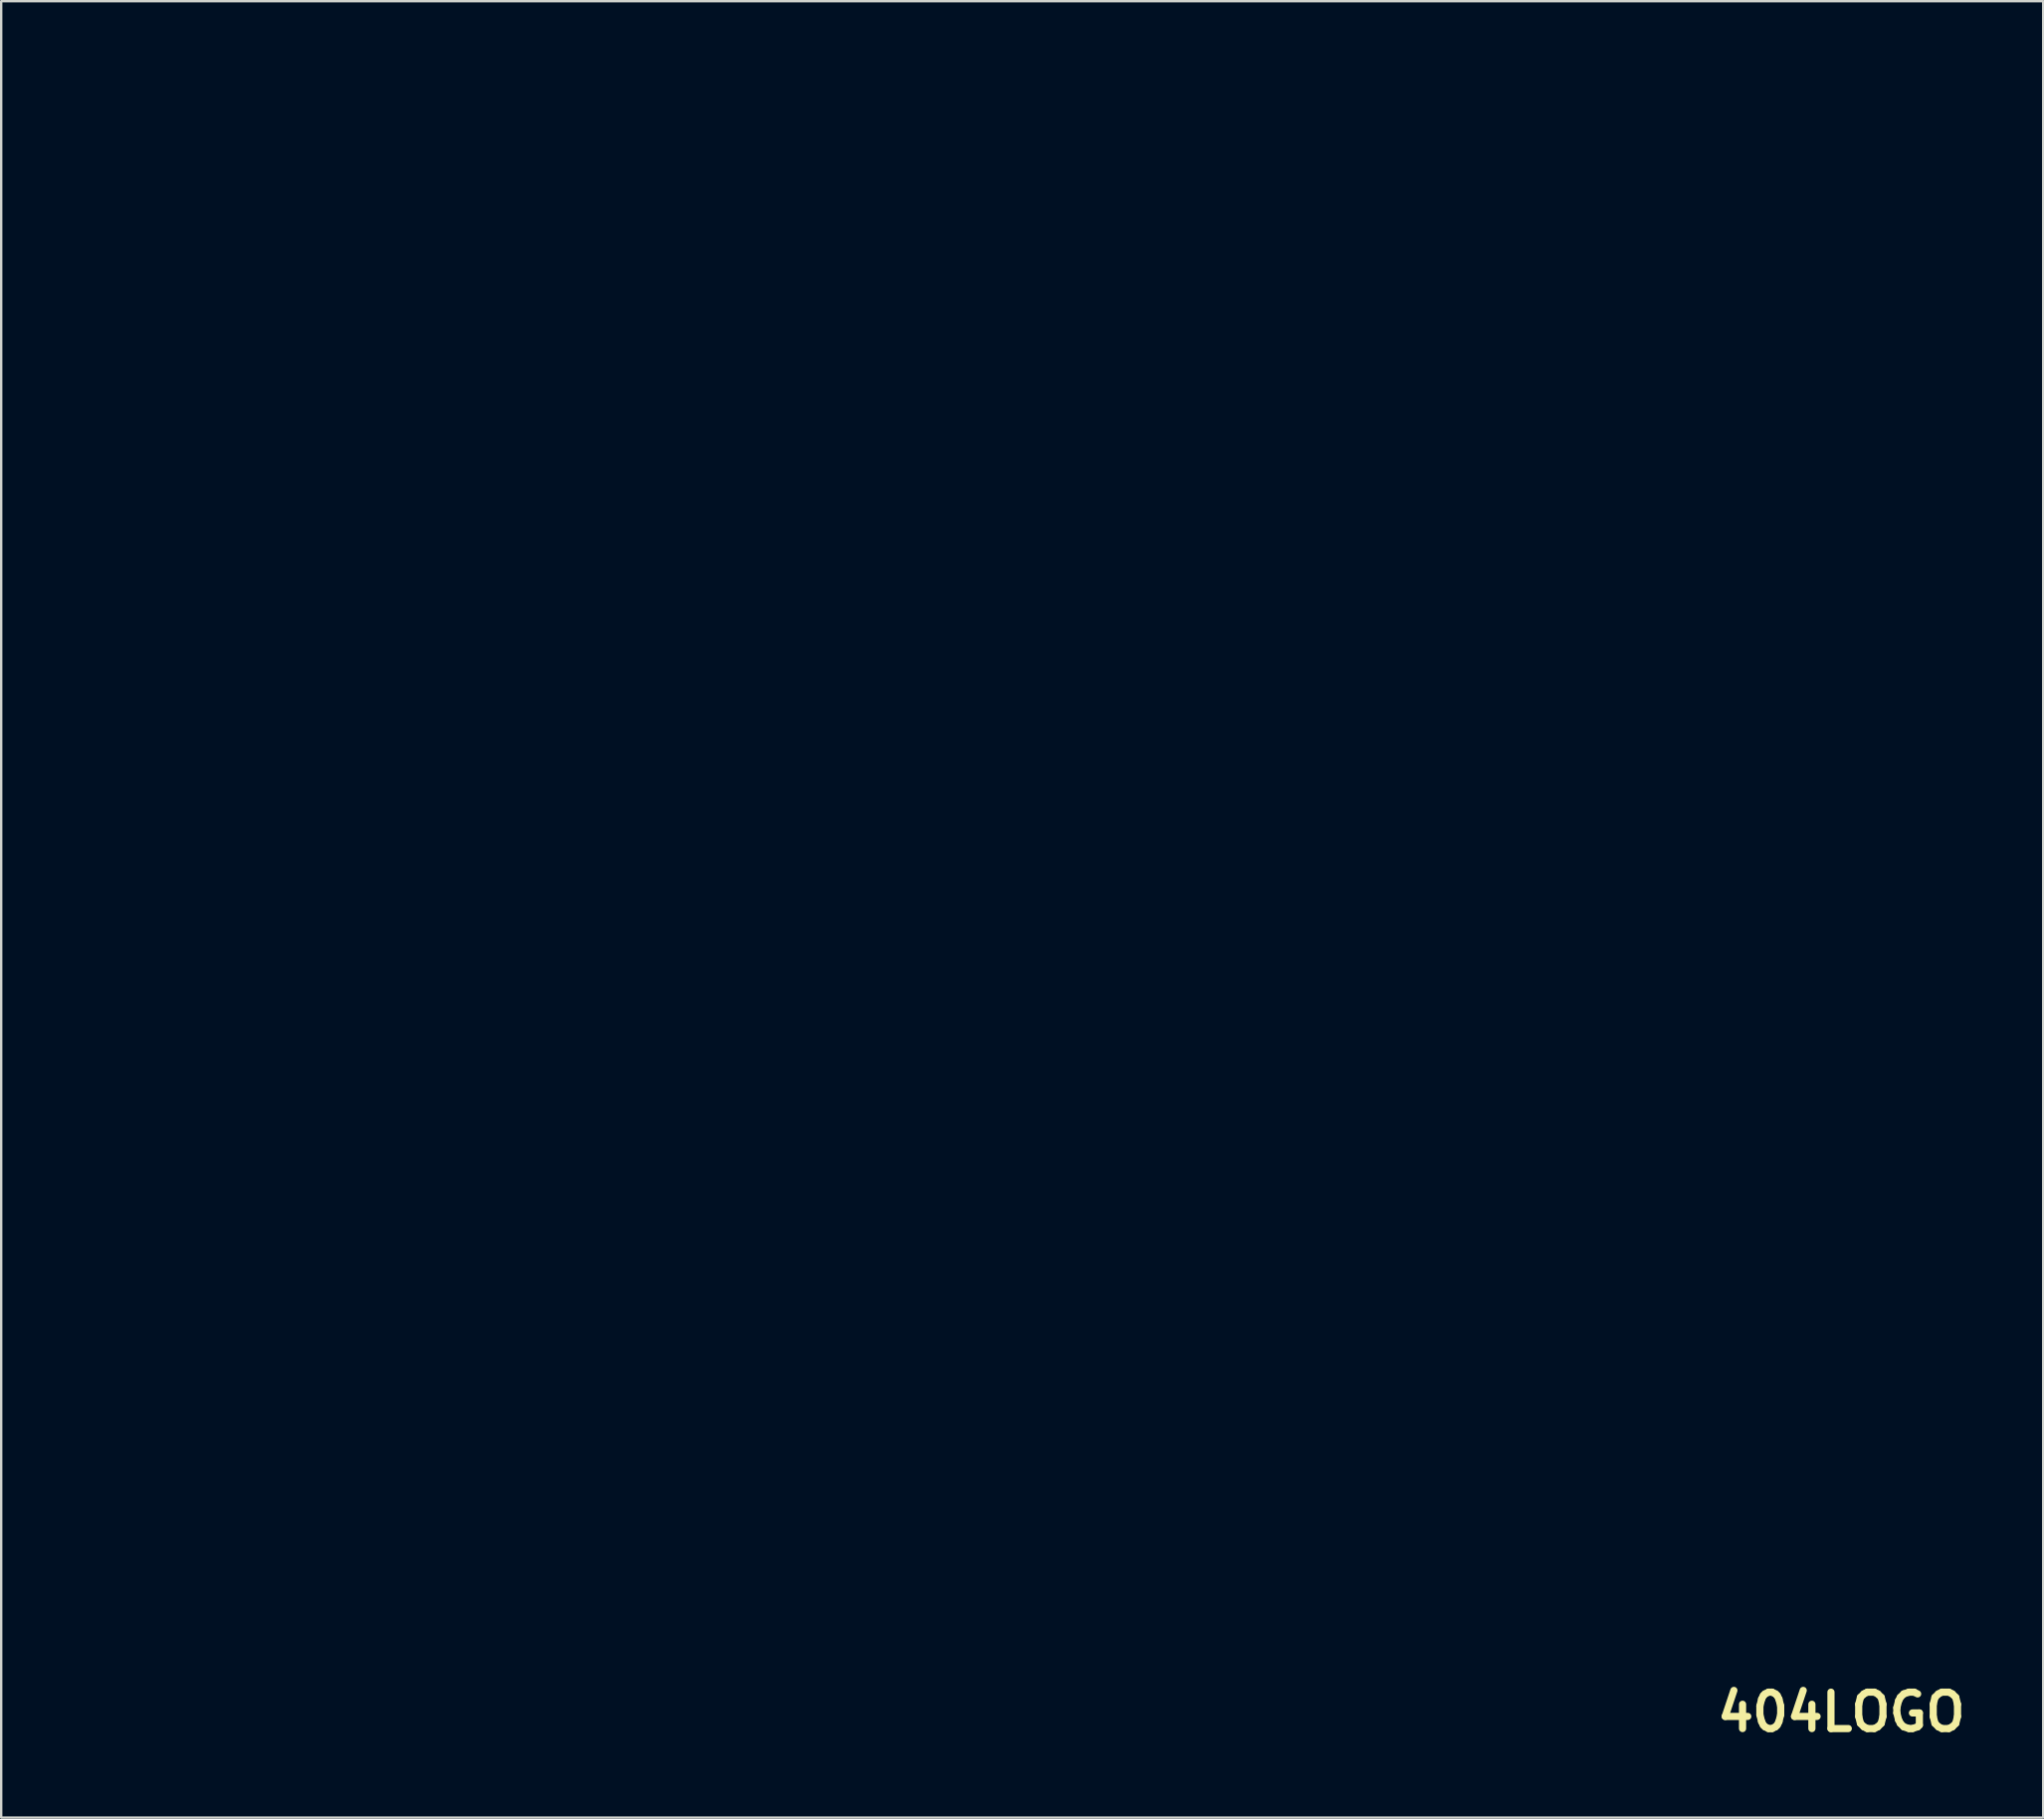
<source format=kicad_pcb>
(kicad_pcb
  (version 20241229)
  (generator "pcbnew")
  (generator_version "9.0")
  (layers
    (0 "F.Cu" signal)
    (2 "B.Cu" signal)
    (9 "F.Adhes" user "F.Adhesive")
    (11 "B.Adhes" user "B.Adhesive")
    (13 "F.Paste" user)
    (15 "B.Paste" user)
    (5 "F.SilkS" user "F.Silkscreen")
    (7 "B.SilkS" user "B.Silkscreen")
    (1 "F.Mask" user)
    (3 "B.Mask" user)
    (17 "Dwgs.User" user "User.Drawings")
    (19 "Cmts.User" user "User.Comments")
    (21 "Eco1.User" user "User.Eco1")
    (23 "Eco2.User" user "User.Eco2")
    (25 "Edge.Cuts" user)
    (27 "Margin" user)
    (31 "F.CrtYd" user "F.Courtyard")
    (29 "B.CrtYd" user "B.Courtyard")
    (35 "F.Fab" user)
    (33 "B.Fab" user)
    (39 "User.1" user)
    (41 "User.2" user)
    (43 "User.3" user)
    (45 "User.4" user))
  (footprint "404LOGO"
    (layer "F.Cu")
    (at 74.039 68.631)
    (property "Reference" "404LOGO" (at 0 0 0) (layer "F.SilkS") (effects (font (size 1.524 1.524) (thickness 0.3))))
    (attr through_hole)
    (fp_poly (pts (xy -66.945 -68.611) (xy -66.848 -68.54) (xy -66.781 -68.476) (xy -66.727 -68.387) (xy -66.689 -68.252) (xy -66.67 -68.047) (xy -66.671 -67.749) (xy -66.696 -67.334) (xy -66.747 -66.781) (xy -66.828 -66.066) (xy -66.939 -65.165) (xy -67.085 -64.056) (xy -67.268 -62.715) (xy -67.49 -61.12) (xy -67.754 -59.248) (xy -68.063 -57.075) (xy -68.419 -54.579) (xy -68.501 -53.997) (xy -68.796 -51.929) (xy -69.083 -49.919) (xy -69.355 -48) (xy -69.609 -46.209) (xy -69.84 -44.582) (xy -70.041 -43.152) (xy -70.21 -41.956) (xy -70.339 -41.028) (xy -70.425 -40.405) (xy -70.444 -40.265) (xy -70.533 -39.62) (xy -70.664 -38.681) (xy -70.829 -37.508) (xy -71.021 -36.159) (xy -71.231 -34.691) (xy -71.451 -33.165) (xy -71.586 -32.229) (xy -71.793 -30.793) (xy -71.982 -29.465) (xy -72.149 -28.289) (xy -72.287 -27.305) (xy -72.39 -26.554) (xy -72.453 -26.08) (xy -72.47 -25.925) (xy -72.424 -25.842) (xy -72.265 -25.896) (xy -71.961 -26.112) (xy -71.478 -26.515) (xy -70.785 -27.128) (xy -70.408 -27.467) (xy -69.861 -27.957) (xy -69.106 -28.627) (xy -68.203 -29.424) (xy -67.213 -30.295) (xy -66.194 -31.187) (xy -65.72 -31.601) (xy -64.802 -32.409) (xy -63.972 -33.154) (xy -63.269 -33.8) (xy -62.731 -34.312) (xy -62.396 -34.653) (xy -62.304 -34.773) (xy -62.255 -35.001) (xy -62.162 -35.549) (xy -62.081 -36.06) (xy -60.931 -36.06) (xy -60.893 -35.911) (xy -60.736 -35.996) (xy -60.64 -36.076) (xy -60.426 -36.26) (xy -59.979 -36.646) (xy -59.334 -37.203) (xy -58.526 -37.901) (xy -57.592 -38.71) (xy -56.566 -39.599) (xy -56.04 -40.054) (xy -54.998 -40.957) (xy -54.045 -41.782) (xy -53.213 -42.502) (xy -52.535 -43.089) (xy -52.044 -43.514) (xy -51.771 -43.749) (xy -51.726 -43.788) (xy -51.798 -43.945) (xy -52.053 -44.346) (xy -52.46 -44.949) (xy -52.99 -45.713) (xy -53.611 -46.596) (xy -54.295 -47.557) (xy -55.011 -48.554) (xy -55.73 -49.545) (xy -56.422 -50.49) (xy -57.056 -51.347) (xy -57.603 -52.073) (xy -58.033 -52.629) (xy -58.316 -52.972) (xy -58.414 -53.064) (xy -58.456 -52.902) (xy -58.542 -52.427) (xy -58.666 -51.68) (xy -58.822 -50.698) (xy -59.004 -49.522) (xy -59.207 -48.192) (xy -59.424 -46.745) (xy -59.65 -45.222) (xy -59.879 -43.662) (xy -60.105 -42.104) (xy -60.322 -40.588) (xy -60.524 -39.153) (xy -60.705 -37.838) (xy -60.86 -36.683) (xy -60.884 -36.501) (xy -60.931 -36.06) (xy -62.081 -36.06) (xy -62.03 -36.384) (xy -61.863 -37.474) (xy -61.666 -38.786) (xy -61.444 -40.288) (xy -61.202 -41.949) (xy -60.945 -43.735) (xy -60.737 -45.196) (xy -60.47 -47.058) (xy -60.214 -48.82) (xy -59.973 -50.45) (xy -59.752 -51.915) (xy -59.556 -53.183) (xy -59.39 -54.221) (xy -59.259 -54.998) (xy -59.169 -55.48) (xy -59.129 -55.631) (xy -58.831 -55.883) (xy -58.535 -55.951) (xy -58.362 -55.932) (xy -58.181 -55.852) (xy -57.966 -55.682) (xy -57.691 -55.388) (xy -57.329 -54.941) (xy -56.854 -54.309) (xy -56.241 -53.46) (xy -55.462 -52.363) (xy -55.091 -51.837) (xy -54.091 -50.425) (xy -52.93 -48.796) (xy -51.658 -47.02) (xy -50.324 -45.165) (xy -48.979 -43.302) (xy -47.672 -41.499) (xy -47.138 -40.764) (xy -46.614 -40.039) (xy -45.938 -39.095) (xy -45.161 -38.006) (xy -44.335 -36.843) (xy -43.513 -35.68) (xy -43.161 -35.18) (xy -42.349 -34.018) (xy -41.724 -33.105) (xy -41.264 -32.403) (xy -40.947 -31.873) (xy -40.75 -31.479) (xy -40.65 -31.183) (xy -40.624 -30.947) (xy -40.624 -30.939) (xy -40.747 -30.374) (xy -40.99 -29.98) (xy -41.142 -29.843) (xy -41.282 -29.803) (xy -41.456 -29.895) (xy -41.706 -30.159) (xy -42.078 -30.63) (xy -42.614 -31.348) (xy -42.65 -31.396) (xy -43.993 -33.212) (xy -45.336 -35.044) (xy -46.631 -36.825) (xy -47.827 -38.488) (xy -48.877 -39.963) (xy -49.25 -40.493) (xy -49.792 -41.262) (xy -50.262 -41.916) (xy -50.623 -42.404) (xy -50.838 -42.678) (xy -50.88 -42.718) (xy -51.032 -42.606) (xy -51.389 -42.301) (xy -51.897 -41.851) (xy -52.43 -41.369) (xy -53.025 -40.829) (xy -53.816 -40.113) (xy -54.737 -39.282) (xy -55.72 -38.397) (xy -56.696 -37.52) (xy -56.839 -37.392) (xy -58.065 -36.292) (xy -59.052 -35.403) (xy -59.827 -34.698) (xy -60.414 -34.152) (xy -60.841 -33.737) (xy -61.133 -33.429) (xy -61.316 -33.2) (xy -61.416 -33.025) (xy -61.458 -32.877) (xy -61.47 -32.73) (xy -61.471 -32.715) (xy -61.506 -32.207) (xy -61.549 -31.883) (xy -61.599 -31.567) (xy -61.685 -30.989) (xy -61.792 -30.236) (xy -61.885 -29.574) (xy -62.007 -28.706) (xy -62.164 -27.601) (xy -62.34 -26.372) (xy -62.519 -25.135) (xy -62.61 -24.512) (xy -62.764 -23.454) (xy -62.905 -22.477) (xy -63.024 -21.651) (xy -63.11 -21.049) (xy -63.148 -20.782) (xy -63.201 -20.398) (xy -63.294 -19.743) (xy -63.416 -18.894) (xy -63.554 -17.931) (xy -63.698 -16.934) (xy -63.836 -15.981) (xy -63.956 -15.153) (xy -64.042 -14.565) (xy -64.092 -14.218) (xy -64.184 -13.577) (xy -64.309 -12.697) (xy -64.46 -11.635) (xy -64.628 -10.449) (xy -64.75 -9.592) (xy -64.924 -8.372) (xy -65.087 -7.255) (xy -65.23 -6.293) (xy -65.345 -5.54) (xy -65.425 -5.048) (xy -65.457 -4.885) (xy -65.627 -4.538) (xy -65.949 -4.086) (xy -66.099 -3.908) (xy -66.65 -3.286) (xy -66.54 -4.529) (xy -66.473 -5.227) (xy -66.405 -5.839) (xy -66.352 -6.217) (xy -66.297 -6.567) (xy -66.206 -7.179) (xy -66.092 -7.961) (xy -65.986 -8.703) (xy -65.865 -9.56) (xy -65.756 -10.324) (xy -65.673 -10.905) (xy -65.631 -11.19) (xy -65.582 -11.521) (xy -65.494 -12.128) (xy -65.378 -12.933) (xy -65.245 -13.86) (xy -65.195 -14.21) (xy -65.057 -15.172) (xy -64.931 -16.049) (xy -64.829 -16.761) (xy -64.762 -17.228) (xy -64.749 -17.318) (xy -64.703 -17.637) (xy -64.614 -18.254) (xy -64.49 -19.112) (xy -64.339 -20.159) (xy -64.169 -21.338) (xy -64.032 -22.292) (xy -63.853 -23.53) (xy -63.688 -24.671) (xy -63.544 -25.661) (xy -63.429 -26.447) (xy -63.351 -26.977) (xy -63.321 -27.176) (xy -63.185 -28.081) (xy -63.055 -29.022) (xy -62.938 -29.932) (xy -62.843 -30.743) (xy -62.778 -31.388) (xy -62.751 -31.799) (xy -62.759 -31.912) (xy -62.864 -31.872) (xy -63.128 -31.679) (xy -63.566 -31.32) (xy -64.195 -30.78) (xy -65.03 -30.046) (xy -66.089 -29.105) (xy -67.386 -27.941) (xy -67.941 -27.442) (xy -69.349 -26.176) (xy -70.519 -25.136) (xy -71.473 -24.308) (xy -72.233 -23.675) (xy -72.822 -23.225) (xy -73.263 -22.941) (xy -73.579 -22.809) (xy -73.791 -22.815) (xy -73.923 -22.944) (xy -73.997 -23.181) (xy -74.034 -23.48) (xy -74.028 -23.893) (xy -73.974 -24.571) (xy -73.88 -25.432) (xy -73.755 -26.388) (xy -73.713 -26.677) (xy -73.604 -27.413) (xy -73.451 -28.446) (xy -73.261 -29.725) (xy -73.042 -31.194) (xy -72.803 -32.802) (xy -72.551 -34.494) (xy -72.294 -36.218) (xy -72.198 -36.857) (xy -71.912 -38.781) (xy -71.603 -40.867) (xy -71.284 -43.028) (xy -70.968 -45.179) (xy -70.667 -47.232) (xy -70.394 -49.102) (xy -70.174 -50.622) (xy -69.861 -52.78) (xy -69.522 -55.111) (xy -69.168 -57.532) (xy -68.812 -59.962) (xy -68.466 -62.317) (xy -68.141 -64.517) (xy -67.85 -66.478) (xy -67.751 -67.141) (xy -67.62 -67.733) (xy -67.435 -68.24) (xy -67.375 -68.352) (xy -67.152 -68.626) (xy -66.945 -68.611)) (stroke (width 0.01) (type solid)) (fill no) (layer "Eco2.User")))
  (gr_rect
    (start -3 -3)
    (end 82.489 73.049)
    (stroke (width 0.1) (type default))
    (fill no)
    (layer "Edge.Cuts")))
</source>
